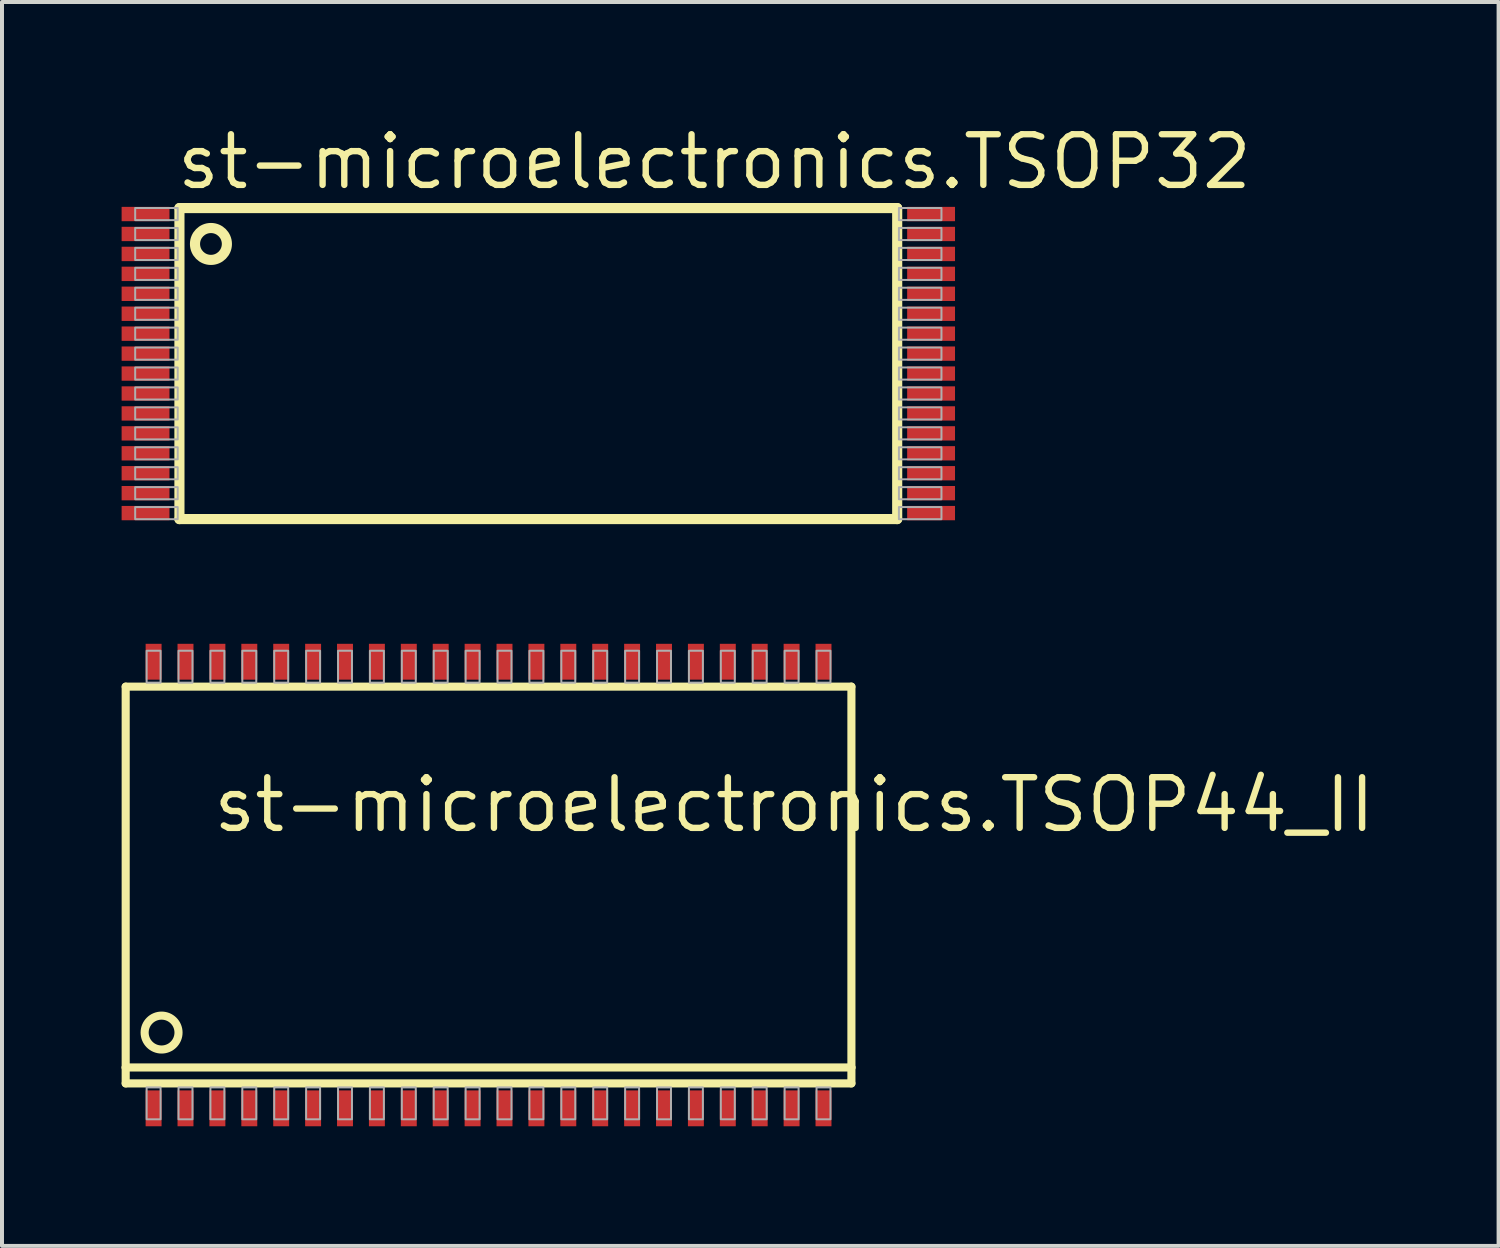
<source format=kicad_pcb>
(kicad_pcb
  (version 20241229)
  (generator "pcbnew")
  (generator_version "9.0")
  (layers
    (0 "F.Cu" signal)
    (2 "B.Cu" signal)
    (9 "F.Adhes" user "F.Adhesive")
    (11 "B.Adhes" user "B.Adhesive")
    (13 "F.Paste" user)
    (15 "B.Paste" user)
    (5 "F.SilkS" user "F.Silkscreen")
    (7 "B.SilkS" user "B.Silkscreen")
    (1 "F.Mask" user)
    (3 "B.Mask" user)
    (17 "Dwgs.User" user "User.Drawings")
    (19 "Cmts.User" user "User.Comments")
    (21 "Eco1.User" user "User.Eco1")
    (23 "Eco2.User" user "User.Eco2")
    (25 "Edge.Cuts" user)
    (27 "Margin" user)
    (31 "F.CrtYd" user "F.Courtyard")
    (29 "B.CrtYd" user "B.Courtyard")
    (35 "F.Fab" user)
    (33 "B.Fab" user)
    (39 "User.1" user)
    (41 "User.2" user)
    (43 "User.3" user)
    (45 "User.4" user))
  (footprint "st-microelectronics.TSOP32"
    (layer "F.Cu")
    (at 10.45 6.068)
    (property "Reference" "st-microelectronics.TSOP32" (at -9.144 -4.318 0) (layer "F.SilkS") (effects (font (size 1.27 1.27) (thickness 0.16)) (justify left bottom)))
    (attr smd)
    (fp_line (start -9 -3.9) (end 9 -3.9) (stroke (width 0.254) (type default)) (layer "F.SilkS"))
    (fp_line (start -9 3.9) (end -9 -3.9) (stroke (width 0.254) (type default)) (layer "F.SilkS"))
    (fp_line (start 9 -3.9) (end 9 3.9) (stroke (width 0.254) (type default)) (layer "F.SilkS"))
    (fp_line (start 9 3.9) (end -9 3.9) (stroke (width 0.254) (type default)) (layer "F.SilkS"))
    (fp_circle (center -8.21 -3) (end -7.81 -3) (stroke (width 0.254) (type default)) (fill no) (layer "F.SilkS"))
    (fp_rect (start -10.11 -3.598) (end -9.043 -3.902) (stroke (width 0.05) (type default)) (fill no) (layer "F.Fab"))
    (fp_rect (start -10.11 -3.098) (end -9.043 -3.402) (stroke (width 0.05) (type default)) (fill no) (layer "F.Fab"))
    (fp_rect (start -10.11 -2.598) (end -9.043 -2.902) (stroke (width 0.05) (type default)) (fill no) (layer "F.Fab"))
    (fp_rect (start -10.11 -2.098) (end -9.043 -2.402) (stroke (width 0.05) (type default)) (fill no) (layer "F.Fab"))
    (fp_rect (start -10.11 -1.598) (end -9.043 -1.902) (stroke (width 0.05) (type default)) (fill no) (layer "F.Fab"))
    (fp_rect (start -10.11 -1.098) (end -9.043 -1.402) (stroke (width 0.05) (type default)) (fill no) (layer "F.Fab"))
    (fp_rect (start -10.11 -0.598) (end -9.043 -0.902) (stroke (width 0.05) (type default)) (fill no) (layer "F.Fab"))
    (fp_rect (start -10.11 -0.098) (end -9.043 -0.402) (stroke (width 0.05) (type default)) (fill no) (layer "F.Fab"))
    (fp_rect (start -10.11 0.402) (end -9.043 0.098) (stroke (width 0.05) (type default)) (fill no) (layer "F.Fab"))
    (fp_rect (start -10.11 0.902) (end -9.043 0.598) (stroke (width 0.05) (type default)) (fill no) (layer "F.Fab"))
    (fp_rect (start -10.11 1.402) (end -9.043 1.098) (stroke (width 0.05) (type default)) (fill no) (layer "F.Fab"))
    (fp_rect (start -10.11 1.902) (end -9.043 1.598) (stroke (width 0.05) (type default)) (fill no) (layer "F.Fab"))
    (fp_rect (start -10.11 2.402) (end -9.043 2.098) (stroke (width 0.05) (type default)) (fill no) (layer "F.Fab"))
    (fp_rect (start -10.11 2.902) (end -9.043 2.598) (stroke (width 0.05) (type default)) (fill no) (layer "F.Fab"))
    (fp_rect (start -10.11 3.402) (end -9.043 3.098) (stroke (width 0.05) (type default)) (fill no) (layer "F.Fab"))
    (fp_rect (start -10.11 3.902) (end -9.043 3.598) (stroke (width 0.05) (type default)) (fill no) (layer "F.Fab"))
    (fp_rect (start 9.043 -3.598) (end 10.11 -3.902) (stroke (width 0.05) (type default)) (fill no) (layer "F.Fab"))
    (fp_rect (start 9.043 -3.098) (end 10.11 -3.402) (stroke (width 0.05) (type default)) (fill no) (layer "F.Fab"))
    (fp_rect (start 9.043 -2.598) (end 10.11 -2.902) (stroke (width 0.05) (type default)) (fill no) (layer "F.Fab"))
    (fp_rect (start 9.043 -2.098) (end 10.11 -2.402) (stroke (width 0.05) (type default)) (fill no) (layer "F.Fab"))
    (fp_rect (start 9.043 -1.598) (end 10.11 -1.902) (stroke (width 0.05) (type default)) (fill no) (layer "F.Fab"))
    (fp_rect (start 9.043 -1.098) (end 10.11 -1.402) (stroke (width 0.05) (type default)) (fill no) (layer "F.Fab"))
    (fp_rect (start 9.043 -0.598) (end 10.11 -0.902) (stroke (width 0.05) (type default)) (fill no) (layer "F.Fab"))
    (fp_rect (start 9.043 -0.098) (end 10.11 -0.402) (stroke (width 0.05) (type default)) (fill no) (layer "F.Fab"))
    (fp_rect (start 9.043 0.402) (end 10.11 0.098) (stroke (width 0.05) (type default)) (fill no) (layer "F.Fab"))
    (fp_rect (start 9.043 0.902) (end 10.11 0.598) (stroke (width 0.05) (type default)) (fill no) (layer "F.Fab"))
    (fp_rect (start 9.043 1.402) (end 10.11 1.098) (stroke (width 0.05) (type default)) (fill no) (layer "F.Fab"))
    (fp_rect (start 9.043 1.902) (end 10.11 1.598) (stroke (width 0.05) (type default)) (fill no) (layer "F.Fab"))
    (fp_rect (start 9.043 2.402) (end 10.11 2.098) (stroke (width 0.05) (type default)) (fill no) (layer "F.Fab"))
    (fp_rect (start 9.043 2.902) (end 10.11 2.598) (stroke (width 0.05) (type default)) (fill no) (layer "F.Fab"))
    (fp_rect (start 9.043 3.402) (end 10.11 3.098) (stroke (width 0.05) (type default)) (fill no) (layer "F.Fab"))
    (fp_rect (start 9.043 3.902) (end 10.11 3.598) (stroke (width 0.05) (type default)) (fill no) (layer "F.Fab"))
    (pad "1" smd roundrect (at -9.85 -3.75) (size 1.2 0.36) (layers "F.Cu" "F.Mask" "F.Paste") (roundrect_rratio 0.01))
    (pad "2" smd roundrect (at -9.85 -3.25) (size 1.2 0.36) (layers "F.Cu" "F.Mask" "F.Paste") (roundrect_rratio 0.01))
    (pad "3" smd roundrect (at -9.85 -2.75) (size 1.2 0.36) (layers "F.Cu" "F.Mask" "F.Paste") (roundrect_rratio 0.01))
    (pad "4" smd roundrect (at -9.85 -2.25) (size 1.2 0.36) (layers "F.Cu" "F.Mask" "F.Paste") (roundrect_rratio 0.01))
    (pad "5" smd roundrect (at -9.85 -1.75) (size 1.2 0.36) (layers "F.Cu" "F.Mask" "F.Paste") (roundrect_rratio 0.01))
    (pad "6" smd roundrect (at -9.85 -1.25) (size 1.2 0.36) (layers "F.Cu" "F.Mask" "F.Paste") (roundrect_rratio 0.01))
    (pad "7" smd roundrect (at -9.85 -0.75) (size 1.2 0.36) (layers "F.Cu" "F.Mask" "F.Paste") (roundrect_rratio 0.01))
    (pad "8" smd roundrect (at -9.85 -0.25) (size 1.2 0.36) (layers "F.Cu" "F.Mask" "F.Paste") (roundrect_rratio 0.01))
    (pad "9" smd roundrect (at -9.85 0.25) (size 1.2 0.36) (layers "F.Cu" "F.Mask" "F.Paste") (roundrect_rratio 0.01))
    (pad "10" smd roundrect (at -9.85 0.75) (size 1.2 0.36) (layers "F.Cu" "F.Mask" "F.Paste") (roundrect_rratio 0.01))
    (pad "11" smd roundrect (at -9.85 1.25) (size 1.2 0.36) (layers "F.Cu" "F.Mask" "F.Paste") (roundrect_rratio 0.01))
    (pad "12" smd roundrect (at -9.85 1.75) (size 1.2 0.36) (layers "F.Cu" "F.Mask" "F.Paste") (roundrect_rratio 0.01))
    (pad "13" smd roundrect (at -9.85 2.25) (size 1.2 0.36) (layers "F.Cu" "F.Mask" "F.Paste") (roundrect_rratio 0.01))
    (pad "14" smd roundrect (at -9.85 2.75) (size 1.2 0.36) (layers "F.Cu" "F.Mask" "F.Paste") (roundrect_rratio 0.01))
    (pad "15" smd roundrect (at -9.85 3.25) (size 1.2 0.36) (layers "F.Cu" "F.Mask" "F.Paste") (roundrect_rratio 0.01))
    (pad "16" smd roundrect (at -9.85 3.75) (size 1.2 0.36) (layers "F.Cu" "F.Mask" "F.Paste") (roundrect_rratio 0.01))
    (pad "17" smd roundrect (at 9.85 3.75) (size 1.2 0.36) (layers "F.Cu" "F.Mask" "F.Paste") (roundrect_rratio 0.01))
    (pad "18" smd roundrect (at 9.85 3.25) (size 1.2 0.36) (layers "F.Cu" "F.Mask" "F.Paste") (roundrect_rratio 0.01))
    (pad "19" smd roundrect (at 9.85 2.75) (size 1.2 0.36) (layers "F.Cu" "F.Mask" "F.Paste") (roundrect_rratio 0.01))
    (pad "20" smd roundrect (at 9.85 2.25) (size 1.2 0.36) (layers "F.Cu" "F.Mask" "F.Paste") (roundrect_rratio 0.01))
    (pad "21" smd roundrect (at 9.85 1.75) (size 1.2 0.36) (layers "F.Cu" "F.Mask" "F.Paste") (roundrect_rratio 0.01))
    (pad "22" smd roundrect (at 9.85 1.25) (size 1.2 0.36) (layers "F.Cu" "F.Mask" "F.Paste") (roundrect_rratio 0.01))
    (pad "23" smd roundrect (at 9.85 0.75) (size 1.2 0.36) (layers "F.Cu" "F.Mask" "F.Paste") (roundrect_rratio 0.01))
    (pad "24" smd roundrect (at 9.85 0.25) (size 1.2 0.36) (layers "F.Cu" "F.Mask" "F.Paste") (roundrect_rratio 0.01))
    (pad "25" smd roundrect (at 9.85 -0.25) (size 1.2 0.36) (layers "F.Cu" "F.Mask" "F.Paste") (roundrect_rratio 0.01))
    (pad "26" smd roundrect (at 9.85 -0.75) (size 1.2 0.36) (layers "F.Cu" "F.Mask" "F.Paste") (roundrect_rratio 0.01))
    (pad "27" smd roundrect (at 9.85 -1.25) (size 1.2 0.36) (layers "F.Cu" "F.Mask" "F.Paste") (roundrect_rratio 0.01))
    (pad "28" smd roundrect (at 9.85 -1.75) (size 1.2 0.36) (layers "F.Cu" "F.Mask" "F.Paste") (roundrect_rratio 0.01))
    (pad "29" smd roundrect (at 9.85 -2.25) (size 1.2 0.36) (layers "F.Cu" "F.Mask" "F.Paste") (roundrect_rratio 0.01))
    (pad "30" smd roundrect (at 9.85 -2.75) (size 1.2 0.36) (layers "F.Cu" "F.Mask" "F.Paste") (roundrect_rratio 0.01))
    (pad "31" smd roundrect (at 9.85 -3.25) (size 1.2 0.36) (layers "F.Cu" "F.Mask" "F.Paste") (roundrect_rratio 0.01))
    (pad "32" smd roundrect (at 9.85 -3.75) (size 1.2 0.36) (layers "F.Cu" "F.Mask" "F.Paste") (roundrect_rratio 0.01)))
  (footprint "st-microelectronics.TSOP44_II"
    (layer "F.Cu")
    (at 9.202 19.145)
    (property "Reference" "st-microelectronics.TSOP44_II" (at -6.985 -1.27 0) (layer "F.SilkS") (effects (font (size 1.27 1.27) (thickness 0.16)) (justify left bottom)))
    (attr smd)
    (fp_line (start -9.1 -4.975) (end -9.1 4.575) (stroke (width 0.203) (type default)) (layer "F.SilkS"))
    (fp_line (start -9.1 4.575) (end -9.1 4.975) (stroke (width 0.203) (type default)) (layer "F.SilkS"))
    (fp_line (start -9.1 4.575) (end 9.1 4.575) (stroke (width 0.203) (type default)) (layer "F.SilkS"))
    (fp_line (start -9.1 4.975) (end 9.1 4.975) (stroke (width 0.203) (type default)) (layer "F.SilkS"))
    (fp_line (start 9.1 -4.975) (end -9.1 -4.975) (stroke (width 0.203) (type default)) (layer "F.SilkS"))
    (fp_line (start 9.1 4.575) (end 9.1 -4.975) (stroke (width 0.203) (type default)) (layer "F.SilkS"))
    (fp_line (start 9.1 4.975) (end 9.1 4.575) (stroke (width 0.203) (type default)) (layer "F.SilkS"))
    (fp_circle (center -8.2 3.7) (end -7.775 3.7) (stroke (width 0.203) (type default)) (fill no) (layer "F.SilkS"))
    (fp_rect (start -8.575 -5.075) (end -8.225 -5.875) (stroke (width 0.05) (type default)) (fill no) (layer "F.Fab"))
    (fp_rect (start -8.575 5.875) (end -8.225 5.075) (stroke (width 0.05) (type default)) (fill no) (layer "F.Fab"))
    (fp_rect (start -7.775 -5.075) (end -7.425 -5.875) (stroke (width 0.05) (type default)) (fill no) (layer "F.Fab"))
    (fp_rect (start -7.775 5.875) (end -7.425 5.075) (stroke (width 0.05) (type default)) (fill no) (layer "F.Fab"))
    (fp_rect (start -6.975 -5.075) (end -6.625 -5.875) (stroke (width 0.05) (type default)) (fill no) (layer "F.Fab"))
    (fp_rect (start -6.975 5.875) (end -6.625 5.075) (stroke (width 0.05) (type default)) (fill no) (layer "F.Fab"))
    (fp_rect (start -6.175 -5.075) (end -5.825 -5.875) (stroke (width 0.05) (type default)) (fill no) (layer "F.Fab"))
    (fp_rect (start -6.175 5.875) (end -5.825 5.075) (stroke (width 0.05) (type default)) (fill no) (layer "F.Fab"))
    (fp_rect (start -5.375 -5.075) (end -5.025 -5.875) (stroke (width 0.05) (type default)) (fill no) (layer "F.Fab"))
    (fp_rect (start -5.375 5.875) (end -5.025 5.075) (stroke (width 0.05) (type default)) (fill no) (layer "F.Fab"))
    (fp_rect (start -4.575 -5.075) (end -4.225 -5.875) (stroke (width 0.05) (type default)) (fill no) (layer "F.Fab"))
    (fp_rect (start -4.575 5.875) (end -4.225 5.075) (stroke (width 0.05) (type default)) (fill no) (layer "F.Fab"))
    (fp_rect (start -3.775 -5.075) (end -3.425 -5.875) (stroke (width 0.05) (type default)) (fill no) (layer "F.Fab"))
    (fp_rect (start -3.775 5.875) (end -3.425 5.075) (stroke (width 0.05) (type default)) (fill no) (layer "F.Fab"))
    (fp_rect (start -2.975 -5.075) (end -2.625 -5.875) (stroke (width 0.05) (type default)) (fill no) (layer "F.Fab"))
    (fp_rect (start -2.975 5.875) (end -2.625 5.075) (stroke (width 0.05) (type default)) (fill no) (layer "F.Fab"))
    (fp_rect (start -2.175 -5.075) (end -1.825 -5.875) (stroke (width 0.05) (type default)) (fill no) (layer "F.Fab"))
    (fp_rect (start -2.175 5.875) (end -1.825 5.075) (stroke (width 0.05) (type default)) (fill no) (layer "F.Fab"))
    (fp_rect (start -1.375 -5.075) (end -1.025 -5.875) (stroke (width 0.05) (type default)) (fill no) (layer "F.Fab"))
    (fp_rect (start -1.375 5.875) (end -1.025 5.075) (stroke (width 0.05) (type default)) (fill no) (layer "F.Fab"))
    (fp_rect (start -0.575 -5.075) (end -0.225 -5.875) (stroke (width 0.05) (type default)) (fill no) (layer "F.Fab"))
    (fp_rect (start -0.575 5.875) (end -0.225 5.075) (stroke (width 0.05) (type default)) (fill no) (layer "F.Fab"))
    (fp_rect (start 0.225 -5.075) (end 0.575 -5.875) (stroke (width 0.05) (type default)) (fill no) (layer "F.Fab"))
    (fp_rect (start 0.225 5.875) (end 0.575 5.075) (stroke (width 0.05) (type default)) (fill no) (layer "F.Fab"))
    (fp_rect (start 1.025 -5.075) (end 1.375 -5.875) (stroke (width 0.05) (type default)) (fill no) (layer "F.Fab"))
    (fp_rect (start 1.025 5.875) (end 1.375 5.075) (stroke (width 0.05) (type default)) (fill no) (layer "F.Fab"))
    (fp_rect (start 1.825 -5.075) (end 2.175 -5.875) (stroke (width 0.05) (type default)) (fill no) (layer "F.Fab"))
    (fp_rect (start 1.825 5.875) (end 2.175 5.075) (stroke (width 0.05) (type default)) (fill no) (layer "F.Fab"))
    (fp_rect (start 2.625 -5.075) (end 2.975 -5.875) (stroke (width 0.05) (type default)) (fill no) (layer "F.Fab"))
    (fp_rect (start 2.625 5.875) (end 2.975 5.075) (stroke (width 0.05) (type default)) (fill no) (layer "F.Fab"))
    (fp_rect (start 3.425 -5.075) (end 3.775 -5.875) (stroke (width 0.05) (type default)) (fill no) (layer "F.Fab"))
    (fp_rect (start 3.425 5.875) (end 3.775 5.075) (stroke (width 0.05) (type default)) (fill no) (layer "F.Fab"))
    (fp_rect (start 4.225 -5.075) (end 4.575 -5.875) (stroke (width 0.05) (type default)) (fill no) (layer "F.Fab"))
    (fp_rect (start 4.225 5.875) (end 4.575 5.075) (stroke (width 0.05) (type default)) (fill no) (layer "F.Fab"))
    (fp_rect (start 5.025 -5.075) (end 5.375 -5.875) (stroke (width 0.05) (type default)) (fill no) (layer "F.Fab"))
    (fp_rect (start 5.025 5.875) (end 5.375 5.075) (stroke (width 0.05) (type default)) (fill no) (layer "F.Fab"))
    (fp_rect (start 5.825 -5.075) (end 6.175 -5.875) (stroke (width 0.05) (type default)) (fill no) (layer "F.Fab"))
    (fp_rect (start 5.825 5.875) (end 6.175 5.075) (stroke (width 0.05) (type default)) (fill no) (layer "F.Fab"))
    (fp_rect (start 6.625 -5.075) (end 6.975 -5.875) (stroke (width 0.05) (type default)) (fill no) (layer "F.Fab"))
    (fp_rect (start 6.625 5.875) (end 6.975 5.075) (stroke (width 0.05) (type default)) (fill no) (layer "F.Fab"))
    (fp_rect (start 7.425 -5.075) (end 7.775 -5.875) (stroke (width 0.05) (type default)) (fill no) (layer "F.Fab"))
    (fp_rect (start 7.425 5.875) (end 7.775 5.075) (stroke (width 0.05) (type default)) (fill no) (layer "F.Fab"))
    (fp_rect (start 8.225 -5.075) (end 8.575 -5.875) (stroke (width 0.05) (type default)) (fill no) (layer "F.Fab"))
    (fp_rect (start 8.225 5.875) (end 8.575 5.075) (stroke (width 0.05) (type default)) (fill no) (layer "F.Fab"))
    (pad "1" smd roundrect (at -8.4 5.6) (size 0.4 0.9) (layers "F.Cu" "F.Mask" "F.Paste") (roundrect_rratio 0.01))
    (pad "2" smd roundrect (at -7.6 5.6) (size 0.4 0.9) (layers "F.Cu" "F.Mask" "F.Paste") (roundrect_rratio 0.01))
    (pad "3" smd roundrect (at -6.8 5.6) (size 0.4 0.9) (layers "F.Cu" "F.Mask" "F.Paste") (roundrect_rratio 0.01))
    (pad "4" smd roundrect (at -6 5.6) (size 0.4 0.9) (layers "F.Cu" "F.Mask" "F.Paste") (roundrect_rratio 0.01))
    (pad "5" smd roundrect (at -5.2 5.6) (size 0.4 0.9) (layers "F.Cu" "F.Mask" "F.Paste") (roundrect_rratio 0.01))
    (pad "6" smd roundrect (at -4.4 5.6) (size 0.4 0.9) (layers "F.Cu" "F.Mask" "F.Paste") (roundrect_rratio 0.01))
    (pad "7" smd roundrect (at -3.6 5.6) (size 0.4 0.9) (layers "F.Cu" "F.Mask" "F.Paste") (roundrect_rratio 0.01))
    (pad "8" smd roundrect (at -2.8 5.6) (size 0.4 0.9) (layers "F.Cu" "F.Mask" "F.Paste") (roundrect_rratio 0.01))
    (pad "9" smd roundrect (at -2 5.6) (size 0.4 0.9) (layers "F.Cu" "F.Mask" "F.Paste") (roundrect_rratio 0.01))
    (pad "10" smd roundrect (at -1.2 5.6) (size 0.4 0.9) (layers "F.Cu" "F.Mask" "F.Paste") (roundrect_rratio 0.01))
    (pad "11" smd roundrect (at -0.4 5.6) (size 0.4 0.9) (layers "F.Cu" "F.Mask" "F.Paste") (roundrect_rratio 0.01))
    (pad "12" smd roundrect (at 0.4 5.6) (size 0.4 0.9) (layers "F.Cu" "F.Mask" "F.Paste") (roundrect_rratio 0.01))
    (pad "13" smd roundrect (at 1.2 5.6) (size 0.4 0.9) (layers "F.Cu" "F.Mask" "F.Paste") (roundrect_rratio 0.01))
    (pad "14" smd roundrect (at 2 5.6) (size 0.4 0.9) (layers "F.Cu" "F.Mask" "F.Paste") (roundrect_rratio 0.01))
    (pad "15" smd roundrect (at 2.8 5.6) (size 0.4 0.9) (layers "F.Cu" "F.Mask" "F.Paste") (roundrect_rratio 0.01))
    (pad "16" smd roundrect (at 3.6 5.6) (size 0.4 0.9) (layers "F.Cu" "F.Mask" "F.Paste") (roundrect_rratio 0.01))
    (pad "17" smd roundrect (at 4.4 5.6) (size 0.4 0.9) (layers "F.Cu" "F.Mask" "F.Paste") (roundrect_rratio 0.01))
    (pad "18" smd roundrect (at 5.2 5.6) (size 0.4 0.9) (layers "F.Cu" "F.Mask" "F.Paste") (roundrect_rratio 0.01))
    (pad "19" smd roundrect (at 6 5.6) (size 0.4 0.9) (layers "F.Cu" "F.Mask" "F.Paste") (roundrect_rratio 0.01))
    (pad "20" smd roundrect (at 6.8 5.6) (size 0.4 0.9) (layers "F.Cu" "F.Mask" "F.Paste") (roundrect_rratio 0.01))
    (pad "21" smd roundrect (at 7.6 5.6) (size 0.4 0.9) (layers "F.Cu" "F.Mask" "F.Paste") (roundrect_rratio 0.01))
    (pad "22" smd roundrect (at 8.4 5.6) (size 0.4 0.9) (layers "F.Cu" "F.Mask" "F.Paste") (roundrect_rratio 0.01))
    (pad "23" smd roundrect (at 8.4 -5.6 180) (size 0.4 0.9) (layers "F.Cu" "F.Mask" "F.Paste") (roundrect_rratio 0.01))
    (pad "24" smd roundrect (at 7.6 -5.6 180) (size 0.4 0.9) (layers "F.Cu" "F.Mask" "F.Paste") (roundrect_rratio 0.01))
    (pad "25" smd roundrect (at 6.8 -5.6 180) (size 0.4 0.9) (layers "F.Cu" "F.Mask" "F.Paste") (roundrect_rratio 0.01))
    (pad "26" smd roundrect (at 6 -5.6 180) (size 0.4 0.9) (layers "F.Cu" "F.Mask" "F.Paste") (roundrect_rratio 0.01))
    (pad "27" smd roundrect (at 5.2 -5.6 180) (size 0.4 0.9) (layers "F.Cu" "F.Mask" "F.Paste") (roundrect_rratio 0.01))
    (pad "28" smd roundrect (at 4.4 -5.6 180) (size 0.4 0.9) (layers "F.Cu" "F.Mask" "F.Paste") (roundrect_rratio 0.01))
    (pad "29" smd roundrect (at 3.6 -5.6 180) (size 0.4 0.9) (layers "F.Cu" "F.Mask" "F.Paste") (roundrect_rratio 0.01))
    (pad "30" smd roundrect (at 2.8 -5.6 180) (size 0.4 0.9) (layers "F.Cu" "F.Mask" "F.Paste") (roundrect_rratio 0.01))
    (pad "31" smd roundrect (at 2 -5.6 180) (size 0.4 0.9) (layers "F.Cu" "F.Mask" "F.Paste") (roundrect_rratio 0.01))
    (pad "32" smd roundrect (at 1.2 -5.6 180) (size 0.4 0.9) (layers "F.Cu" "F.Mask" "F.Paste") (roundrect_rratio 0.01))
    (pad "33" smd roundrect (at 0.4 -5.6 180) (size 0.4 0.9) (layers "F.Cu" "F.Mask" "F.Paste") (roundrect_rratio 0.01))
    (pad "34" smd roundrect (at -0.4 -5.6 180) (size 0.4 0.9) (layers "F.Cu" "F.Mask" "F.Paste") (roundrect_rratio 0.01))
    (pad "35" smd roundrect (at -1.2 -5.6 180) (size 0.4 0.9) (layers "F.Cu" "F.Mask" "F.Paste") (roundrect_rratio 0.01))
    (pad "36" smd roundrect (at -2 -5.6 180) (size 0.4 0.9) (layers "F.Cu" "F.Mask" "F.Paste") (roundrect_rratio 0.01))
    (pad "37" smd roundrect (at -2.8 -5.6 180) (size 0.4 0.9) (layers "F.Cu" "F.Mask" "F.Paste") (roundrect_rratio 0.01))
    (pad "38" smd roundrect (at -3.6 -5.6 180) (size 0.4 0.9) (layers "F.Cu" "F.Mask" "F.Paste") (roundrect_rratio 0.01))
    (pad "39" smd roundrect (at -4.4 -5.6 180) (size 0.4 0.9) (layers "F.Cu" "F.Mask" "F.Paste") (roundrect_rratio 0.01))
    (pad "40" smd roundrect (at -5.2 -5.6 180) (size 0.4 0.9) (layers "F.Cu" "F.Mask" "F.Paste") (roundrect_rratio 0.01))
    (pad "41" smd roundrect (at -6 -5.6 180) (size 0.4 0.9) (layers "F.Cu" "F.Mask" "F.Paste") (roundrect_rratio 0.01))
    (pad "42" smd roundrect (at -6.8 -5.6 180) (size 0.4 0.9) (layers "F.Cu" "F.Mask" "F.Paste") (roundrect_rratio 0.01))
    (pad "43" smd roundrect (at -7.6 -5.6 180) (size 0.4 0.9) (layers "F.Cu" "F.Mask" "F.Paste") (roundrect_rratio 0.01))
    (pad "44" smd roundrect (at -8.4 -5.6 180) (size 0.4 0.9) (layers "F.Cu" "F.Mask" "F.Paste") (roundrect_rratio 0.01)))
  (gr_rect
    (start -3 -3)
    (end 34.532 28.195)
    (stroke (width 0.1) (type default))
    (fill no)
    (layer "Edge.Cuts")))
</source>
